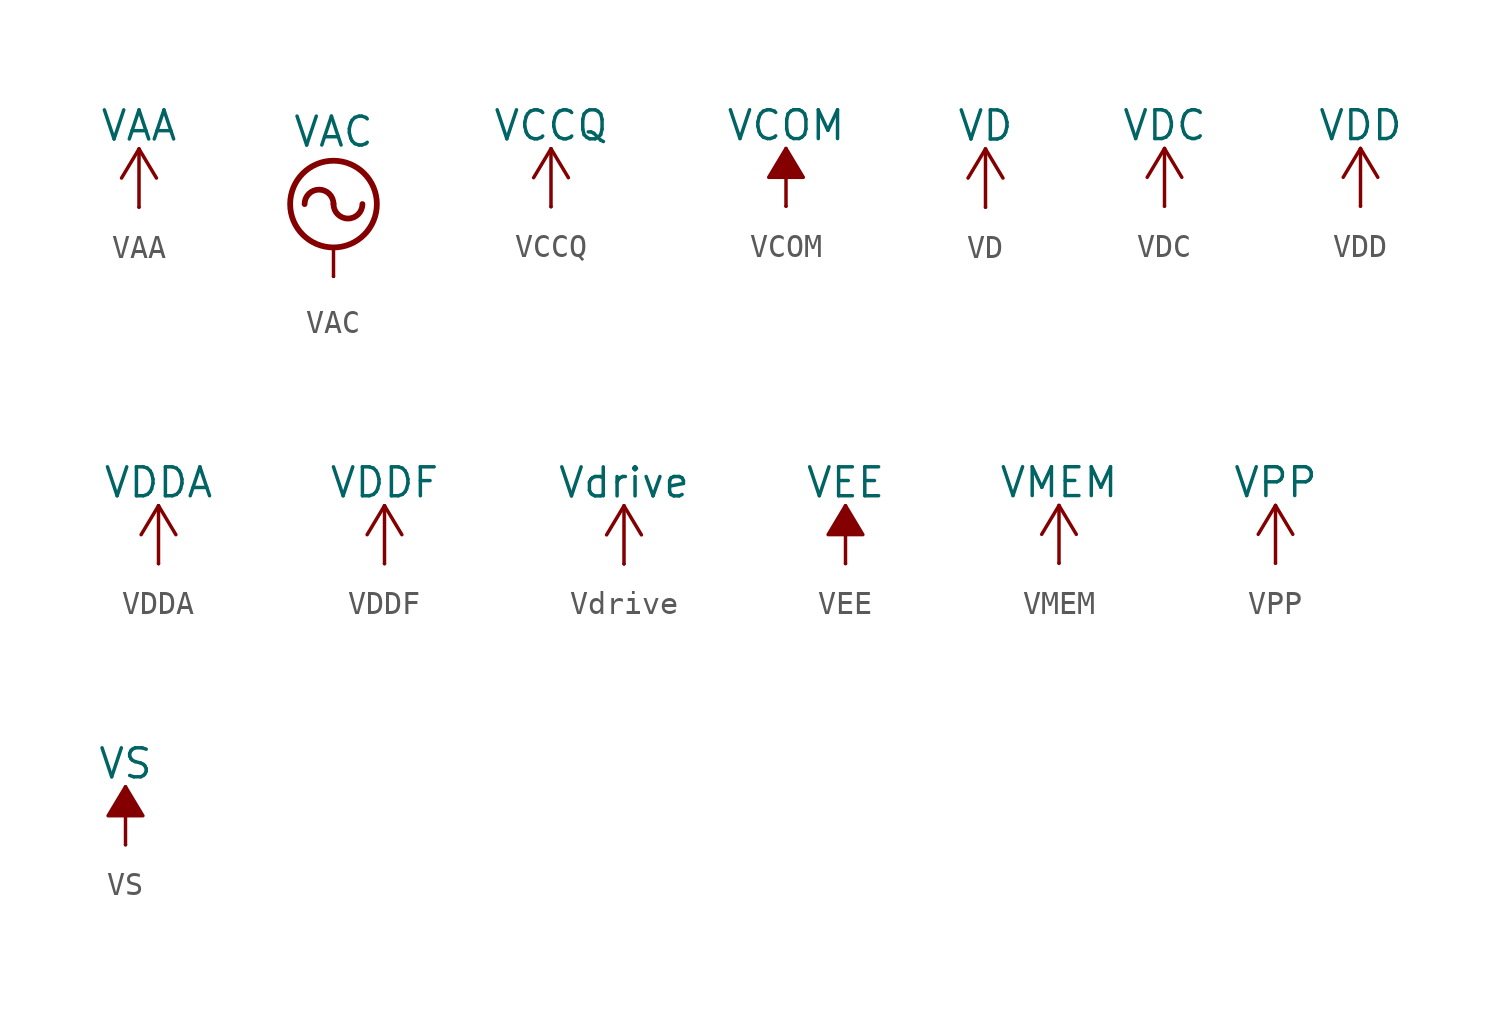
<source format=kicad_sym>
(kicad_symbol_lib
  (version 20241209)
  (generator "kicad_symbol_editor")
  (generator_version "9.0")
  (symbol "VAA"
    (power)
    (pin_numbers
      (hide yes))
    (pin_names
      (offset 0)
      (hide yes))
    (property "Reference" "#PWR"
      (at 0 -3.81 0)
      (effects (font (size 1.27 1.27)) (hide yes)))
    (property "Value" "VAA"
      (at 0 3.556 0)
      (effects (font (size 1.27 1.27))))
    (symbol "VAA_0_1"
      (polyline (pts (xy -0.762 1.27) (xy 0 2.54)) (stroke (width 0) (type default)) (fill (type none)))
      (polyline (pts (xy 0 2.54) (xy 0.762 1.27)) (stroke (width 0) (type default)) (fill (type none)))
      (polyline (pts (xy 0 0) (xy 0 2.54)) (stroke (width 0) (type default)) (fill (type none))))
    (symbol "VAA_1_1"
      (pin power_in line (at 0 0 90) (length 0) (name "~" (effects (font (size 1.27 1.27)))) (number "1" (effects (font (size 1.27 1.27)))))))
  (symbol "VAC"
    (power)
    (pin_numbers
      (hide yes))
    (pin_names
      (offset 0)
      (hide yes))
    (property "Reference" "#PWR"
      (at 0 -2.54 0)
      (effects (font (size 1.27 1.27)) (hide yes)))
    (property "Value" "VAC"
      (at 0 6.35 0)
      (effects (font (size 1.27 1.27))))
    (symbol "VAC_0_1"
      (arc (start -1.27 3.175) (mid -0.635 3.8073) (end 0 3.175) (stroke (width 0.254) (type default)) (fill (type none)))
      (circle (center 0 3.175) (radius 1.905) (stroke (width 0.254) (type default)) (fill (type none)))
      (polyline (pts (xy 0 0) (xy 0 1.27)) (stroke (width 0) (type default)) (fill (type none)))
      (arc (start 1.27 3.175) (mid 0.635 2.5427) (end 0 3.175) (stroke (width 0.254) (type default)) (fill (type none))))
    (symbol "VAC_1_1"
      (pin power_in line (at 0 0 90) (length 0) (name "~" (effects (font (size 1.27 1.27)))) (number "1" (effects (font (size 1.27 1.27)))))))
  (symbol "VCCQ"
    (power)
    (pin_numbers
      (hide yes))
    (pin_names
      (offset 0)
      (hide yes))
    (property "Reference" "#PWR"
      (at 0 -3.81 0)
      (effects (font (size 1.27 1.27)) (hide yes)))
    (property "Value" "VCCQ"
      (at 0 3.556 0)
      (effects (font (size 1.27 1.27))))
    (symbol "VCCQ_0_1"
      (polyline (pts (xy -0.762 1.27) (xy 0 2.54)) (stroke (width 0) (type default)) (fill (type none)))
      (polyline (pts (xy 0 2.54) (xy 0.762 1.27)) (stroke (width 0) (type default)) (fill (type none)))
      (polyline (pts (xy 0 0) (xy 0 2.54)) (stroke (width 0) (type default)) (fill (type none))))
    (symbol "VCCQ_1_1"
      (pin power_in line (at 0 0 90) (length 0) (name "~" (effects (font (size 1.27 1.27)))) (number "1" (effects (font (size 1.27 1.27)))))))
  (symbol "VCOM"
    (power)
    (pin_numbers
      (hide yes))
    (pin_names
      (offset 0)
      (hide yes))
    (property "Reference" "#PWR"
      (at 0 -3.81 0)
      (effects (font (size 1.27 1.27)) (hide yes)))
    (property "Value" "VCOM"
      (at 0 3.556 0)
      (effects (font (size 1.27 1.27))))
    (symbol "VCOM_0_1"
      (polyline (pts (xy 0 0) (xy 0 2.54)) (stroke (width 0) (type default)) (fill (type none)))
      (polyline (pts (xy 0.762 1.27) (xy -0.762 1.27) (xy 0 2.54) (xy 0.762 1.27)) (stroke (width 0) (type default)) (fill (type outline))))
    (symbol "VCOM_1_1"
      (pin power_in line (at 0 0 90) (length 0) (name "~" (effects (font (size 1.27 1.27)))) (number "1" (effects (font (size 1.27 1.27)))))))
  (symbol "VD"
    (power)
    (pin_numbers
      (hide yes))
    (pin_names
      (offset 0)
      (hide yes))
    (property "Reference" "#PWR"
      (at 0 -3.81 0)
      (effects (font (size 1.27 1.27)) (hide yes)))
    (property "Value" "VD"
      (at 0 3.556 0)
      (effects (font (size 1.27 1.27))))
    (symbol "VD_0_1"
      (polyline (pts (xy -0.762 1.27) (xy 0 2.54)) (stroke (width 0) (type default)) (fill (type none)))
      (polyline (pts (xy 0 2.54) (xy 0.762 1.27)) (stroke (width 0) (type default)) (fill (type none)))
      (polyline (pts (xy 0 0) (xy 0 2.54)) (stroke (width 0) (type default)) (fill (type none))))
    (symbol "VD_1_1"
      (pin power_in line (at 0 0 90) (length 0) (name "~" (effects (font (size 1.27 1.27)))) (number "1" (effects (font (size 1.27 1.27)))))))
  (symbol "VDC"
    (power)
    (pin_numbers
      (hide yes))
    (pin_names
      (offset 0)
      (hide yes))
    (property "Reference" "#PWR"
      (at 0 -3.81 0)
      (effects (font (size 1.27 1.27)) (hide yes)))
    (property "Value" "VDC"
      (at 0 3.556 0)
      (effects (font (size 1.27 1.27))))
    (symbol "VDC_0_1"
      (polyline (pts (xy -0.762 1.27) (xy 0 2.54)) (stroke (width 0) (type default)) (fill (type none)))
      (polyline (pts (xy 0 2.54) (xy 0.762 1.27)) (stroke (width 0) (type default)) (fill (type none)))
      (polyline (pts (xy 0 0) (xy 0 2.54)) (stroke (width 0) (type default)) (fill (type none))))
    (symbol "VDC_1_1"
      (pin power_in line (at 0 0 90) (length 0) (name "~" (effects (font (size 1.27 1.27)))) (number "1" (effects (font (size 1.27 1.27)))))))
  (symbol "VDD"
    (power)
    (pin_numbers
      (hide yes))
    (pin_names
      (offset 0)
      (hide yes))
    (property "Reference" "#PWR"
      (at 0 -3.81 0)
      (effects (font (size 1.27 1.27)) (hide yes)))
    (property "Value" "VDD"
      (at 0 3.556 0)
      (effects (font (size 1.27 1.27))))
    (symbol "VDD_0_1"
      (polyline (pts (xy -0.762 1.27) (xy 0 2.54)) (stroke (width 0) (type default)) (fill (type none)))
      (polyline (pts (xy 0 2.54) (xy 0.762 1.27)) (stroke (width 0) (type default)) (fill (type none)))
      (polyline (pts (xy 0 0) (xy 0 2.54)) (stroke (width 0) (type default)) (fill (type none))))
    (symbol "VDD_1_1"
      (pin power_in line (at 0 0 90) (length 0) (name "~" (effects (font (size 1.27 1.27)))) (number "1" (effects (font (size 1.27 1.27)))))))
  (symbol "VDDA"
    (power)
    (pin_numbers
      (hide yes))
    (pin_names
      (offset 0)
      (hide yes))
    (property "Reference" "#PWR"
      (at 0 -3.81 0)
      (effects (font (size 1.27 1.27)) (hide yes)))
    (property "Value" "VDDA"
      (at 0 3.556 0)
      (effects (font (size 1.27 1.27))))
    (symbol "VDDA_0_1"
      (polyline (pts (xy -0.762 1.27) (xy 0 2.54)) (stroke (width 0) (type default)) (fill (type none)))
      (polyline (pts (xy 0 2.54) (xy 0.762 1.27)) (stroke (width 0) (type default)) (fill (type none)))
      (polyline (pts (xy 0 0) (xy 0 2.54)) (stroke (width 0) (type default)) (fill (type none))))
    (symbol "VDDA_1_1"
      (pin power_in line (at 0 0 90) (length 0) (name "~" (effects (font (size 1.27 1.27)))) (number "1" (effects (font (size 1.27 1.27)))))))
  (symbol "VDDF"
    (power)
    (pin_numbers
      (hide yes))
    (pin_names
      (offset 0)
      (hide yes))
    (property "Reference" "#PWR"
      (at 0 -3.81 0)
      (effects (font (size 1.27 1.27)) (hide yes)))
    (property "Value" "VDDF"
      (at 0 3.556 0)
      (effects (font (size 1.27 1.27))))
    (symbol "VDDF_0_1"
      (polyline (pts (xy -0.762 1.27) (xy 0 2.54)) (stroke (width 0) (type default)) (fill (type none)))
      (polyline (pts (xy 0 2.54) (xy 0.762 1.27)) (stroke (width 0) (type default)) (fill (type none)))
      (polyline (pts (xy 0 0) (xy 0 2.54)) (stroke (width 0) (type default)) (fill (type none))))
    (symbol "VDDF_1_1"
      (pin power_in line (at 0 0 90) (length 0) (name "~" (effects (font (size 1.27 1.27)))) (number "1" (effects (font (size 1.27 1.27)))))))
  (symbol "Vdrive"
    (power)
    (pin_numbers
      (hide yes))
    (pin_names
      (offset 0)
      (hide yes))
    (property "Reference" "#PWR"
      (at 0 -3.81 0)
      (effects (font (size 1.27 1.27)) (hide yes)))
    (property "Value" "Vdrive"
      (at 0 3.556 0)
      (effects (font (size 1.27 1.27))))
    (symbol "Vdrive_0_1"
      (polyline (pts (xy -0.762 1.27) (xy 0 2.54)) (stroke (width 0) (type default)) (fill (type none)))
      (polyline (pts (xy 0 2.54) (xy 0.762 1.27)) (stroke (width 0) (type default)) (fill (type none)))
      (polyline (pts (xy 0 0) (xy 0 2.54)) (stroke (width 0) (type default)) (fill (type none))))
    (symbol "Vdrive_1_1"
      (pin power_in line (at 0 0 90) (length 0) (name "~" (effects (font (size 1.27 1.27)))) (number "1" (effects (font (size 1.27 1.27)))))))
  (symbol "VEE"
    (power)
    (pin_numbers
      (hide yes))
    (pin_names
      (offset 0)
      (hide yes))
    (property "Reference" "#PWR"
      (at 0 -3.81 0)
      (effects (font (size 1.27 1.27)) (hide yes)))
    (property "Value" "VEE"
      (at 0 3.556 0)
      (effects (font (size 1.27 1.27))))
    (symbol "VEE_0_1"
      (polyline (pts (xy 0 0) (xy 0 2.54)) (stroke (width 0) (type default)) (fill (type none)))
      (polyline (pts (xy 0.762 1.27) (xy -0.762 1.27) (xy 0 2.54) (xy 0.762 1.27)) (stroke (width 0) (type default)) (fill (type outline))))
    (symbol "VEE_1_1"
      (pin power_in line (at 0 0 90) (length 0) (name "~" (effects (font (size 1.27 1.27)))) (number "1" (effects (font (size 1.27 1.27)))))))
  (symbol "VMEM"
    (power)
    (pin_numbers
      (hide yes))
    (pin_names
      (offset 0)
      (hide yes))
    (property "Reference" "#PWR"
      (at 0 -3.81 0)
      (effects (font (size 1.27 1.27)) (hide yes)))
    (property "Value" "VMEM"
      (at 0 3.556 0)
      (effects (font (size 1.27 1.27))))
    (symbol "VMEM_0_1"
      (polyline (pts (xy -0.762 1.27) (xy 0 2.54)) (stroke (width 0) (type default)) (fill (type none)))
      (polyline (pts (xy 0 2.54) (xy 0.762 1.27)) (stroke (width 0) (type default)) (fill (type none)))
      (polyline (pts (xy 0 0) (xy 0 2.54)) (stroke (width 0) (type default)) (fill (type none))))
    (symbol "VMEM_1_1"
      (pin power_in line (at 0 0 90) (length 0) (name "~" (effects (font (size 1.27 1.27)))) (number "1" (effects (font (size 1.27 1.27)))))))
  (symbol "VPP"
    (power)
    (pin_numbers
      (hide yes))
    (pin_names
      (offset 0)
      (hide yes))
    (property "Reference" "#PWR"
      (at 0 -3.81 0)
      (effects (font (size 1.27 1.27)) (hide yes)))
    (property "Value" "VPP"
      (at 0 3.556 0)
      (effects (font (size 1.27 1.27))))
    (symbol "VPP_0_1"
      (polyline (pts (xy -0.762 1.27) (xy 0 2.54)) (stroke (width 0) (type default)) (fill (type none)))
      (polyline (pts (xy 0 2.54) (xy 0.762 1.27)) (stroke (width 0) (type default)) (fill (type none)))
      (polyline (pts (xy 0 0) (xy 0 2.54)) (stroke (width 0) (type default)) (fill (type none))))
    (symbol "VPP_1_1"
      (pin power_in line (at 0 0 90) (length 0) (name "~" (effects (font (size 1.27 1.27)))) (number "1" (effects (font (size 1.27 1.27)))))))
  (symbol "VS"
    (power)
    (pin_numbers
      (hide yes))
    (pin_names
      (offset 0)
      (hide yes))
    (property "Reference" "#PWR"
      (at 0 -3.81 0)
      (effects (font (size 1.27 1.27)) (hide yes)))
    (property "Value" "VS"
      (at 0 3.556 0)
      (effects (font (size 1.27 1.27))))
    (symbol "VS_0_1"
      (polyline (pts (xy 0 0) (xy 0 2.54)) (stroke (width 0) (type default)) (fill (type none)))
      (polyline (pts (xy 0.762 1.27) (xy -0.762 1.27) (xy 0 2.54) (xy 0.762 1.27)) (stroke (width 0) (type default)) (fill (type outline))))
    (symbol "VS_1_1"
      (pin power_in line (at 0 0 90) (length 0) (name "~" (effects (font (size 1.27 1.27)))) (number "1" (effects (font (size 1.27 1.27))))))))
</source>
